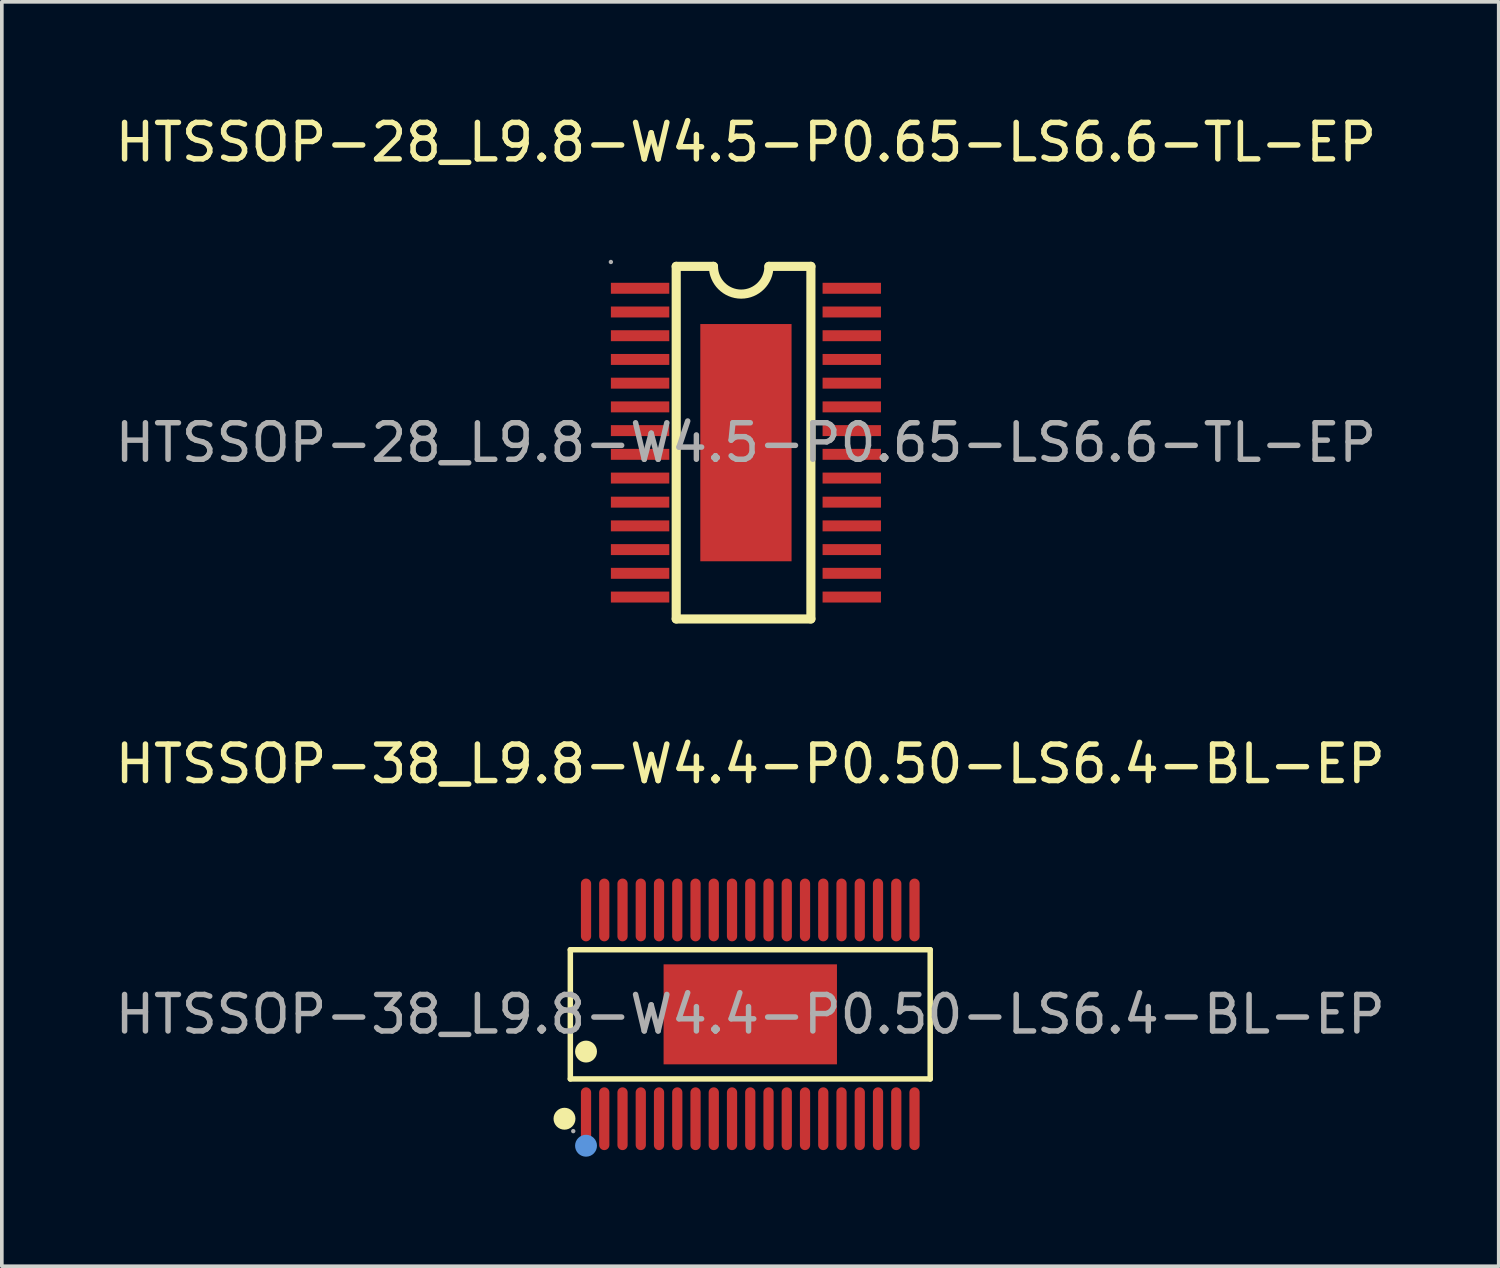
<source format=kicad_pcb>
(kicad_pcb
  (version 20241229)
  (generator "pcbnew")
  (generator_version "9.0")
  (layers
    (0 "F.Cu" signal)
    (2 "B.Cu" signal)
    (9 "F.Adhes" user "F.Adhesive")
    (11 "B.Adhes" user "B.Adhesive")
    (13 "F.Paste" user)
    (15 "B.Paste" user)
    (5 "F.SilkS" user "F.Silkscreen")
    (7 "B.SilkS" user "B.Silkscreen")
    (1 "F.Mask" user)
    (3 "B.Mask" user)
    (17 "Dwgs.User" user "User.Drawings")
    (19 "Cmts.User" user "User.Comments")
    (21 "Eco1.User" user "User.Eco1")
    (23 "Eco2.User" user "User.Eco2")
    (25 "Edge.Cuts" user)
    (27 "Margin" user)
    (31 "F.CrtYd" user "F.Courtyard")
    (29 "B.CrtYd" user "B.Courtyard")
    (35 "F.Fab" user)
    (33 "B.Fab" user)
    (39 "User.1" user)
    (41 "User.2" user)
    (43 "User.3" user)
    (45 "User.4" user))
  (footprint "HTSSOP-38_L9.8-W4.4-P0.50-LS6.4-BL-EP"
    (layer "F.Cu")
    (at 17.506 24.741)
    (property "Reference" "HTSSOP-38_L9.8-W4.4-P0.50-LS6.4-BL-EP" (at 0 -6.86 0) (layer "F.SilkS") (effects (font (size 1 1) (thickness 0.15))))
    (attr through_hole)
    (fp_line (start -4.93 -1.77) (end 4.93 -1.77) (stroke (width 0.15) (type solid)) (layer "F.SilkS"))
    (fp_line (start -4.93 1.77) (end -4.93 -1.77) (stroke (width 0.15) (type solid)) (layer "F.SilkS"))
    (fp_line (start 4.93 -1.77) (end 4.93 1.77) (stroke (width 0.15) (type solid)) (layer "F.SilkS"))
    (fp_line (start 4.93 1.77) (end -4.93 1.77) (stroke (width 0.15) (type solid)) (layer "F.SilkS"))
    (fp_circle (center -5.09 2.86) (end -4.94 2.86) (stroke (width 0.3) (type solid)) (fill no) (layer "F.SilkS"))
    (fp_circle (center -4.5 1.02) (end -4.35 1.02) (stroke (width 0.3) (type solid)) (fill no) (layer "F.SilkS"))
    (fp_circle (center -4.5 3.6) (end -4.35 3.6) (stroke (width 0.3) (type solid)) (fill no) (layer "Cmts.User"))
    (fp_circle (center -4.85 3.2) (end -4.82 3.2) (stroke (width 0.06) (type solid)) (fill no) (layer "F.Fab"))
    (fp_text user "${REFERENCE}" (at 0 0 0) (layer "F.Fab") (effects (font (size 1 1) (thickness 0.15))))
    (pad "1" smd oval (at -4.5 2.86) (size 0.28 1.72) (layers "F.Cu" "F.Mask" "F.Paste"))
    (pad "2" smd oval (at -4 2.86) (size 0.28 1.72) (layers "F.Cu" "F.Mask" "F.Paste"))
    (pad "3" smd oval (at -3.5 2.86) (size 0.28 1.72) (layers "F.Cu" "F.Mask" "F.Paste"))
    (pad "4" smd oval (at -3 2.86) (size 0.28 1.72) (layers "F.Cu" "F.Mask" "F.Paste"))
    (pad "5" smd oval (at -2.5 2.86) (size 0.28 1.72) (layers "F.Cu" "F.Mask" "F.Paste"))
    (pad "6" smd oval (at -2 2.86) (size 0.28 1.72) (layers "F.Cu" "F.Mask" "F.Paste"))
    (pad "7" smd oval (at -1.5 2.86) (size 0.28 1.72) (layers "F.Cu" "F.Mask" "F.Paste"))
    (pad "8" smd oval (at -1 2.86) (size 0.28 1.72) (layers "F.Cu" "F.Mask" "F.Paste"))
    (pad "9" smd oval (at -0.5 2.86) (size 0.28 1.72) (layers "F.Cu" "F.Mask" "F.Paste"))
    (pad "10" smd oval (at 0 2.86) (size 0.28 1.72) (layers "F.Cu" "F.Mask" "F.Paste"))
    (pad "11" smd oval (at 0.5 2.86) (size 0.28 1.72) (layers "F.Cu" "F.Mask" "F.Paste"))
    (pad "12" smd oval (at 1 2.86) (size 0.28 1.72) (layers "F.Cu" "F.Mask" "F.Paste"))
    (pad "13" smd oval (at 1.5 2.86) (size 0.28 1.72) (layers "F.Cu" "F.Mask" "F.Paste"))
    (pad "14" smd oval (at 2 2.86) (size 0.28 1.72) (layers "F.Cu" "F.Mask" "F.Paste"))
    (pad "15" smd oval (at 2.5 2.86) (size 0.28 1.72) (layers "F.Cu" "F.Mask" "F.Paste"))
    (pad "16" smd oval (at 3 2.86) (size 0.28 1.72) (layers "F.Cu" "F.Mask" "F.Paste"))
    (pad "17" smd oval (at 3.5 2.86) (size 0.28 1.72) (layers "F.Cu" "F.Mask" "F.Paste"))
    (pad "18" smd oval (at 4 2.86) (size 0.28 1.72) (layers "F.Cu" "F.Mask" "F.Paste"))
    (pad "19" smd oval (at 4.5 2.86) (size 0.28 1.72) (layers "F.Cu" "F.Mask" "F.Paste"))
    (pad "20" smd oval (at 4.5 -2.86) (size 0.28 1.72) (layers "F.Cu" "F.Mask" "F.Paste"))
    (pad "21" smd oval (at 4 -2.86) (size 0.28 1.72) (layers "F.Cu" "F.Mask" "F.Paste"))
    (pad "22" smd oval (at 3.5 -2.86) (size 0.28 1.72) (layers "F.Cu" "F.Mask" "F.Paste"))
    (pad "23" smd oval (at 3 -2.86) (size 0.28 1.72) (layers "F.Cu" "F.Mask" "F.Paste"))
    (pad "24" smd oval (at 2.5 -2.86) (size 0.28 1.72) (layers "F.Cu" "F.Mask" "F.Paste"))
    (pad "25" smd oval (at 2 -2.86) (size 0.28 1.72) (layers "F.Cu" "F.Mask" "F.Paste"))
    (pad "26" smd oval (at 1.5 -2.86) (size 0.28 1.72) (layers "F.Cu" "F.Mask" "F.Paste"))
    (pad "27" smd oval (at 1 -2.86) (size 0.28 1.72) (layers "F.Cu" "F.Mask" "F.Paste"))
    (pad "28" smd oval (at 0.5 -2.86) (size 0.28 1.72) (layers "F.Cu" "F.Mask" "F.Paste"))
    (pad "29" smd oval (at 0 -2.86) (size 0.28 1.72) (layers "F.Cu" "F.Mask" "F.Paste"))
    (pad "30" smd oval (at -0.5 -2.86) (size 0.28 1.72) (layers "F.Cu" "F.Mask" "F.Paste"))
    (pad "31" smd oval (at -1 -2.86) (size 0.28 1.72) (layers "F.Cu" "F.Mask" "F.Paste"))
    (pad "32" smd oval (at -1.5 -2.86) (size 0.28 1.72) (layers "F.Cu" "F.Mask" "F.Paste"))
    (pad "33" smd oval (at -2 -2.86) (size 0.28 1.72) (layers "F.Cu" "F.Mask" "F.Paste"))
    (pad "34" smd oval (at -2.5 -2.86) (size 0.28 1.72) (layers "F.Cu" "F.Mask" "F.Paste"))
    (pad "35" smd oval (at -3 -2.86) (size 0.28 1.72) (layers "F.Cu" "F.Mask" "F.Paste"))
    (pad "36" smd oval (at -3.5 -2.86) (size 0.28 1.72) (layers "F.Cu" "F.Mask" "F.Paste"))
    (pad "37" smd oval (at -4 -2.86) (size 0.28 1.72) (layers "F.Cu" "F.Mask" "F.Paste"))
    (pad "38" smd oval (at -4.5 -2.86) (size 0.28 1.72) (layers "F.Cu" "F.Mask" "F.Paste"))
    (pad "39" smd rect (at 0 0) (size 4.75 2.74) (layers "F.Cu" "F.Mask" "F.Paste")))
  (footprint "HTSSOP-28_L9.8-W4.5-P0.65-LS6.6-TL-EP"
    (layer "F.Cu")
    (at 17.387 9.078)
    (property "Reference" "HTSSOP-28_L9.8-W4.5-P0.65-LS6.6-TL-EP" (at 0 -8.23 0) (layer "F.SilkS") (effects (font (size 1 1) (thickness 0.15))))
    (attr through_hole)
    (fp_line (start -1.91 4.83) (end -1.91 -4.83) (stroke (width 0.25) (type solid)) (layer "F.SilkS"))
    (fp_line (start -0.89 -4.83) (end -1.91 -4.83) (stroke (width 0.25) (type solid)) (layer "F.SilkS"))
    (fp_line (start 1.78 -4.83) (end 0.63 -4.83) (stroke (width 0.25) (type solid)) (layer "F.SilkS"))
    (fp_line (start 1.78 -4.83) (end 1.78 4.83) (stroke (width 0.25) (type solid)) (layer "F.SilkS"))
    (fp_line (start 1.78 4.83) (end -1.91 4.83) (stroke (width 0.25) (type solid)) (layer "F.SilkS"))
    (fp_arc (start 0.63 -4.83) (mid -0.13 -4.07) (end -0.89 -4.83) (stroke (width 0.25) (type solid)) (layer "F.SilkS"))
    (fp_circle (center -3.7 -4.95) (end -3.67 -4.95) (stroke (width 0.06) (type solid)) (fill no) (layer "F.Fab"))
    (fp_text user "${REFERENCE}" (at 0 0 0) (layer "F.Fab") (effects (font (size 1 1) (thickness 0.15))))
    (pad "1" smd rect (at -2.9 -4.23 270) (size 0.3 1.6) (layers "F.Cu" "F.Mask" "F.Paste"))
    (pad "2" smd rect (at -2.9 -3.58 270) (size 0.3 1.6) (layers "F.Cu" "F.Mask" "F.Paste"))
    (pad "3" smd rect (at -2.9 -2.93 270) (size 0.3 1.6) (layers "F.Cu" "F.Mask" "F.Paste"))
    (pad "4" smd rect (at -2.9 -2.28 270) (size 0.3 1.6) (layers "F.Cu" "F.Mask" "F.Paste"))
    (pad "5" smd rect (at -2.9 -1.63 270) (size 0.3 1.6) (layers "F.Cu" "F.Mask" "F.Paste"))
    (pad "6" smd rect (at -2.9 -0.98 270) (size 0.3 1.6) (layers "F.Cu" "F.Mask" "F.Paste"))
    (pad "7" smd rect (at -2.9 -0.33 270) (size 0.3 1.6) (layers "F.Cu" "F.Mask" "F.Paste"))
    (pad "8" smd rect (at -2.9 0.32 270) (size 0.3 1.6) (layers "F.Cu" "F.Mask" "F.Paste"))
    (pad "9" smd rect (at -2.9 0.97 270) (size 0.3 1.6) (layers "F.Cu" "F.Mask" "F.Paste"))
    (pad "10" smd rect (at -2.9 1.63 270) (size 0.3 1.6) (layers "F.Cu" "F.Mask" "F.Paste"))
    (pad "11" smd rect (at -2.9 2.28 270) (size 0.3 1.6) (layers "F.Cu" "F.Mask" "F.Paste"))
    (pad "12" smd rect (at -2.9 2.93 270) (size 0.3 1.6) (layers "F.Cu" "F.Mask" "F.Paste"))
    (pad "13" smd rect (at -2.9 3.58 270) (size 0.3 1.6) (layers "F.Cu" "F.Mask" "F.Paste"))
    (pad "14" smd rect (at -2.9 4.23 270) (size 0.3 1.6) (layers "F.Cu" "F.Mask" "F.Paste"))
    (pad "15" smd rect (at 2.9 4.23 270) (size 0.3 1.6) (layers "F.Cu" "F.Mask" "F.Paste"))
    (pad "16" smd rect (at 2.9 3.58 270) (size 0.3 1.6) (layers "F.Cu" "F.Mask" "F.Paste"))
    (pad "17" smd rect (at 2.9 2.93 270) (size 0.3 1.6) (layers "F.Cu" "F.Mask" "F.Paste"))
    (pad "18" smd rect (at 2.9 2.28 270) (size 0.3 1.6) (layers "F.Cu" "F.Mask" "F.Paste"))
    (pad "19" smd rect (at 2.9 1.63 270) (size 0.3 1.6) (layers "F.Cu" "F.Mask" "F.Paste"))
    (pad "20" smd rect (at 2.9 0.97 270) (size 0.3 1.6) (layers "F.Cu" "F.Mask" "F.Paste"))
    (pad "21" smd rect (at 2.9 0.32 270) (size 0.3 1.6) (layers "F.Cu" "F.Mask" "F.Paste"))
    (pad "22" smd rect (at 2.9 -0.33 270) (size 0.3 1.6) (layers "F.Cu" "F.Mask" "F.Paste"))
    (pad "23" smd rect (at 2.9 -0.98 270) (size 0.3 1.6) (layers "F.Cu" "F.Mask" "F.Paste"))
    (pad "24" smd rect (at 2.9 -1.63 270) (size 0.3 1.6) (layers "F.Cu" "F.Mask" "F.Paste"))
    (pad "25" smd rect (at 2.9 -2.28 270) (size 0.3 1.6) (layers "F.Cu" "F.Mask" "F.Paste"))
    (pad "26" smd rect (at 2.9 -2.93 270) (size 0.3 1.6) (layers "F.Cu" "F.Mask" "F.Paste"))
    (pad "27" smd rect (at 2.9 -3.58 270) (size 0.3 1.6) (layers "F.Cu" "F.Mask" "F.Paste"))
    (pad "28" smd rect (at 2.9 -4.23 270) (size 0.3 1.6) (layers "F.Cu" "F.Mask" "F.Paste"))
    (pad "29" smd rect (at 0 0 270) (size 6.5 2.5) (layers "F.Cu" "F.Mask" "F.Paste")))
  (gr_rect
    (start -3 -3)
    (end 38.012 31.642)
    (stroke (width 0.1) (type default))
    (fill no)
    (layer "Edge.Cuts")))
</source>
